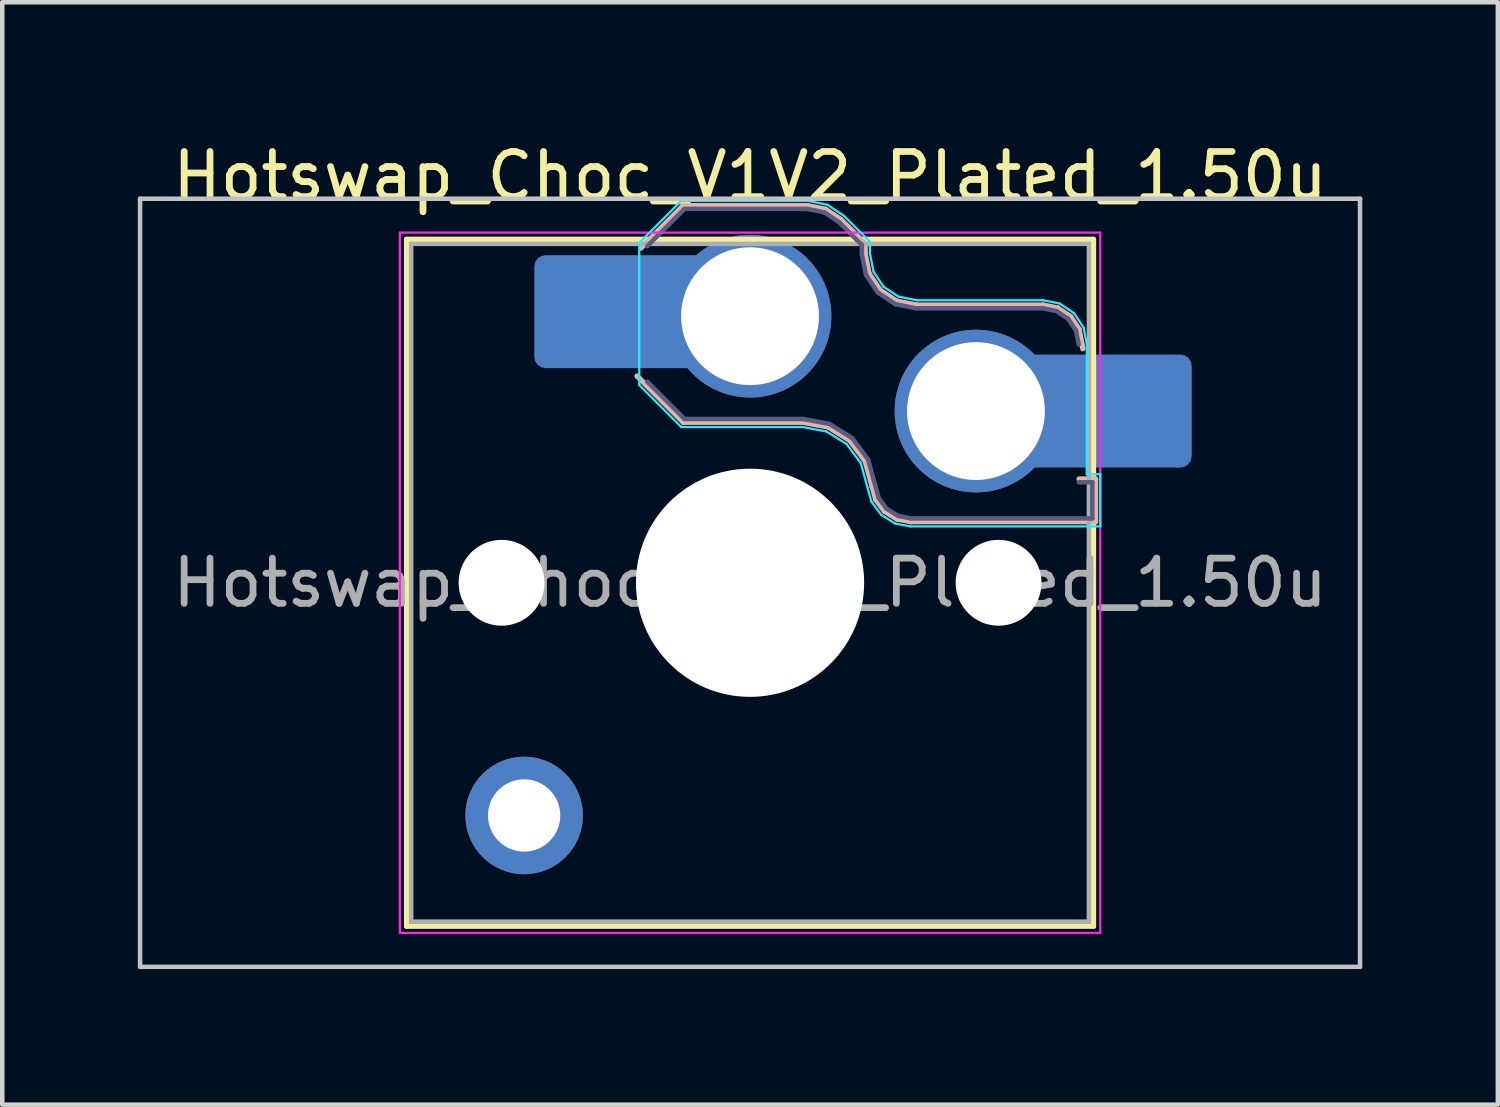
<source format=kicad_pcb>
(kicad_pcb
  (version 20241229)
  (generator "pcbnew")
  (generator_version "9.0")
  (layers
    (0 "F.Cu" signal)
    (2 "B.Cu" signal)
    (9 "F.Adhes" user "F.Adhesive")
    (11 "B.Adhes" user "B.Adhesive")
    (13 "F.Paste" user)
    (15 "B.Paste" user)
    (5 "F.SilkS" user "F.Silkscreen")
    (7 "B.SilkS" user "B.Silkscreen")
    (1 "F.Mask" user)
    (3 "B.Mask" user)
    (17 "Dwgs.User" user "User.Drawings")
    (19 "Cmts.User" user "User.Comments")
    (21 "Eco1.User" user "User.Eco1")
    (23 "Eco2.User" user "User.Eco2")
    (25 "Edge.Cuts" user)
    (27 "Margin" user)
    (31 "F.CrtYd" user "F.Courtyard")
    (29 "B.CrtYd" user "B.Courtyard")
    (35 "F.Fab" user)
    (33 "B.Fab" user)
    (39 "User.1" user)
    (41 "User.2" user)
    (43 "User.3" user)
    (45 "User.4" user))
  (footprint "Hotswap_Choc_V1V2_Plated_1.50u"
    (layer "F.Cu")
    (at 13.55 9.848)
    (property "Reference" "Hotswap_Choc_V1V2_Plated_1.50u" (at 0 -9 0) (layer "F.SilkS") (effects (font (size 1 1) (thickness 0.15))))
    (attr smd)
    (fp_line (start -7.6 -7.6) (end -7.6 7.6) (stroke (width 0.12) (type solid)) (layer "F.SilkS"))
    (fp_line (start -7.6 7.6) (end 7.6 7.6) (stroke (width 0.12) (type solid)) (layer "F.SilkS"))
    (fp_line (start 7.6 -7.6) (end -7.6 -7.6) (stroke (width 0.12) (type solid)) (layer "F.SilkS"))
    (fp_line (start 7.6 7.6) (end 7.6 -7.6) (stroke (width 0.12) (type solid)) (layer "F.SilkS"))
    (fp_line (start -2.416 -7.409) (end -1.479 -8.346) (stroke (width 0.12) (type solid)) (layer "B.SilkS"))
    (fp_line (start -1.479 -8.346) (end 1.268 -8.346) (stroke (width 0.12) (type solid)) (layer "B.SilkS"))
    (fp_line (start -1.479 -3.554) (end -2.5 -4.575) (stroke (width 0.12) (type solid)) (layer "B.SilkS"))
    (fp_line (start 1.168 -3.554) (end -1.479 -3.554) (stroke (width 0.12) (type solid)) (layer "B.SilkS"))
    (fp_line (start 1.268 -8.346) (end 1.671 -8.266) (stroke (width 0.12) (type solid)) (layer "B.SilkS"))
    (fp_line (start 1.671 -8.266) (end 2.013 -8.037) (stroke (width 0.12) (type solid)) (layer "B.SilkS"))
    (fp_line (start 1.73 -3.449) (end 1.168 -3.554) (stroke (width 0.12) (type solid)) (layer "B.SilkS"))
    (fp_line (start 2.013 -8.037) (end 2.546 -7.504) (stroke (width 0.12) (type solid)) (layer "B.SilkS"))
    (fp_line (start 2.209 -3.15) (end 1.73 -3.449) (stroke (width 0.12) (type solid)) (layer "B.SilkS"))
    (fp_line (start 2.546 -7.504) (end 2.546 -7.282) (stroke (width 0.12) (type solid)) (layer "B.SilkS"))
    (fp_line (start 2.546 -7.282) (end 2.633 -6.844) (stroke (width 0.12) (type solid)) (layer "B.SilkS"))
    (fp_line (start 2.547 -2.697) (end 2.209 -3.15) (stroke (width 0.12) (type solid)) (layer "B.SilkS"))
    (fp_line (start 2.633 -6.844) (end 2.877 -6.477) (stroke (width 0.12) (type solid)) (layer "B.SilkS"))
    (fp_line (start 2.701 -2.139) (end 2.547 -2.697) (stroke (width 0.12) (type solid)) (layer "B.SilkS"))
    (fp_line (start 2.783 -1.841) (end 2.701 -2.139) (stroke (width 0.12) (type solid)) (layer "B.SilkS"))
    (fp_line (start 2.877 -6.477) (end 3.244 -6.233) (stroke (width 0.12) (type solid)) (layer "B.SilkS"))
    (fp_line (start 2.976 -1.583) (end 2.783 -1.841) (stroke (width 0.12) (type solid)) (layer "B.SilkS"))
    (fp_line (start 3.244 -6.233) (end 3.682 -6.146) (stroke (width 0.12) (type solid)) (layer "B.SilkS"))
    (fp_line (start 3.25 -1.413) (end 2.976 -1.583) (stroke (width 0.12) (type solid)) (layer "B.SilkS"))
    (fp_line (start 3.56 -1.354) (end 3.25 -1.413) (stroke (width 0.12) (type solid)) (layer "B.SilkS"))
    (fp_line (start 3.682 -6.146) (end 6.482 -6.146) (stroke (width 0.12) (type solid)) (layer "B.SilkS"))
    (fp_line (start 6.482 -6.146) (end 6.809 -6.081) (stroke (width 0.12) (type solid)) (layer "B.SilkS"))
    (fp_line (start 6.809 -6.081) (end 7.092 -5.892) (stroke (width 0.12) (type solid)) (layer "B.SilkS"))
    (fp_line (start 7.092 -5.892) (end 7.281 -5.609) (stroke (width 0.12) (type solid)) (layer "B.SilkS"))
    (fp_line (start 7.281 -5.609) (end 7.366 -5.182) (stroke (width 0.12) (type solid)) (layer "B.SilkS"))
    (fp_line (start 7.283 -2.296) (end 7.646 -2.296) (stroke (width 0.12) (type solid)) (layer "B.SilkS"))
    (fp_line (start 7.646 -2.296) (end 7.646 -1.354) (stroke (width 0.12) (type solid)) (layer "B.SilkS"))
    (fp_line (start 7.646 -1.354) (end 3.56 -1.354) (stroke (width 0.12) (type solid)) (layer "B.SilkS"))
    (fp_line (start -13.5 -8.5) (end -13.5 8.5) (stroke (width 0.1) (type solid)) (layer "Dwgs.User"))
    (fp_line (start -13.5 8.5) (end 13.5 8.5) (stroke (width 0.1) (type solid)) (layer "Dwgs.User"))
    (fp_line (start 13.5 -8.5) (end -13.5 -8.5) (stroke (width 0.1) (type solid)) (layer "Dwgs.User"))
    (fp_line (start 13.5 8.5) (end 13.5 -8.5) (stroke (width 0.1) (type solid)) (layer "Dwgs.User"))
    (fp_line (start -7.25 -7.25) (end -7.25 7.25) (stroke (width 0.1) (type solid)) (layer "Eco1.User"))
    (fp_line (start -7.25 7.25) (end 7.25 7.25) (stroke (width 0.1) (type solid)) (layer "Eco1.User"))
    (fp_line (start 7.25 -7.25) (end -7.25 -7.25) (stroke (width 0.1) (type solid)) (layer "Eco1.User"))
    (fp_line (start 7.25 7.25) (end 7.25 -7.25) (stroke (width 0.1) (type solid)) (layer "Eco1.User"))
    (fp_line (start -2.452 -7.523) (end -1.523 -8.452) (stroke (width 0.05) (type solid)) (layer "B.CrtYd"))
    (fp_line (start -2.452 -4.377) (end -2.452 -7.523) (stroke (width 0.05) (type solid)) (layer "B.CrtYd"))
    (fp_line (start -1.523 -8.452) (end 1.278 -8.452) (stroke (width 0.05) (type solid)) (layer "B.CrtYd"))
    (fp_line (start -1.523 -3.448) (end -2.452 -4.377) (stroke (width 0.05) (type solid)) (layer "B.CrtYd"))
    (fp_line (start 1.159 -3.448) (end -1.523 -3.448) (stroke (width 0.05) (type solid)) (layer "B.CrtYd"))
    (fp_line (start 1.278 -8.452) (end 1.712 -8.366) (stroke (width 0.05) (type solid)) (layer "B.CrtYd"))
    (fp_line (start 1.691 -3.348) (end 1.159 -3.448) (stroke (width 0.05) (type solid)) (layer "B.CrtYd"))
    (fp_line (start 1.712 -8.366) (end 2.081 -8.119) (stroke (width 0.05) (type solid)) (layer "B.CrtYd"))
    (fp_line (start 2.081 -8.119) (end 2.652 -7.548) (stroke (width 0.05) (type solid)) (layer "B.CrtYd"))
    (fp_line (start 2.136 -3.071) (end 1.691 -3.348) (stroke (width 0.05) (type solid)) (layer "B.CrtYd"))
    (fp_line (start 2.45 -2.65) (end 2.136 -3.071) (stroke (width 0.05) (type solid)) (layer "B.CrtYd"))
    (fp_line (start 2.599 -2.111) (end 2.45 -2.65) (stroke (width 0.05) (type solid)) (layer "B.CrtYd"))
    (fp_line (start 2.652 -7.548) (end 2.652 -7.292) (stroke (width 0.05) (type solid)) (layer "B.CrtYd"))
    (fp_line (start 2.652 -7.292) (end 2.733 -6.885) (stroke (width 0.05) (type solid)) (layer "B.CrtYd"))
    (fp_line (start 2.687 -1.794) (end 2.599 -2.111) (stroke (width 0.05) (type solid)) (layer "B.CrtYd"))
    (fp_line (start 2.733 -6.885) (end 2.953 -6.553) (stroke (width 0.05) (type solid)) (layer "B.CrtYd"))
    (fp_line (start 2.903 -1.503) (end 2.687 -1.794) (stroke (width 0.05) (type solid)) (layer "B.CrtYd"))
    (fp_line (start 2.953 -6.553) (end 3.285 -6.333) (stroke (width 0.05) (type solid)) (layer "B.CrtYd"))
    (fp_line (start 3.211 -1.312) (end 2.903 -1.503) (stroke (width 0.05) (type solid)) (layer "B.CrtYd"))
    (fp_line (start 3.285 -6.333) (end 3.692 -6.252) (stroke (width 0.05) (type solid)) (layer "B.CrtYd"))
    (fp_line (start 3.55 -1.248) (end 3.211 -1.312) (stroke (width 0.05) (type solid)) (layer "B.CrtYd"))
    (fp_line (start 3.692 -6.252) (end 6.492 -6.252) (stroke (width 0.05) (type solid)) (layer "B.CrtYd"))
    (fp_line (start 6.492 -6.252) (end 6.85 -6.181) (stroke (width 0.05) (type solid)) (layer "B.CrtYd"))
    (fp_line (start 6.85 -6.181) (end 7.168 -5.968) (stroke (width 0.05) (type solid)) (layer "B.CrtYd"))
    (fp_line (start 7.168 -5.968) (end 7.381 -5.65) (stroke (width 0.05) (type solid)) (layer "B.CrtYd"))
    (fp_line (start 7.381 -5.65) (end 7.452 -5.292) (stroke (width 0.05) (type solid)) (layer "B.CrtYd"))
    (fp_line (start 7.452 -5.292) (end 7.452 -2.402) (stroke (width 0.05) (type solid)) (layer "B.CrtYd"))
    (fp_line (start 7.452 -2.402) (end 7.752 -2.402) (stroke (width 0.05) (type solid)) (layer "B.CrtYd"))
    (fp_line (start 7.752 -2.402) (end 7.752 -1.248) (stroke (width 0.05) (type solid)) (layer "B.CrtYd"))
    (fp_line (start 7.752 -1.248) (end 3.55 -1.248) (stroke (width 0.05) (type solid)) (layer "B.CrtYd"))
    (fp_line (start -7.75 -7.75) (end -7.75 7.75) (stroke (width 0.05) (type solid)) (layer "F.CrtYd"))
    (fp_line (start -7.75 7.75) (end 7.75 7.75) (stroke (width 0.05) (type solid)) (layer "F.CrtYd"))
    (fp_line (start 7.75 -7.75) (end -7.75 -7.75) (stroke (width 0.05) (type solid)) (layer "F.CrtYd"))
    (fp_line (start 7.75 7.75) (end 7.75 -7.75) (stroke (width 0.05) (type solid)) (layer "F.CrtYd"))
    (fp_line (start -2.275 -7.45) (end -1.45 -8.275) (stroke (width 0.1) (type solid)) (layer "B.Fab"))
    (fp_line (start -1.45 -8.275) (end 1.261 -8.275) (stroke (width 0.1) (type solid)) (layer "B.Fab"))
    (fp_line (start -1.45 -3.625) (end -2.275 -4.45) (stroke (width 0.1) (type solid)) (layer "B.Fab"))
    (fp_line (start 1.175 -3.625) (end -1.45 -3.625) (stroke (width 0.1) (type solid)) (layer "B.Fab"))
    (fp_line (start 1.261 -8.275) (end 1.643 -8.199) (stroke (width 0.1) (type solid)) (layer "B.Fab"))
    (fp_line (start 1.643 -8.199) (end 1.968 -7.982) (stroke (width 0.1) (type solid)) (layer "B.Fab"))
    (fp_line (start 1.756 -3.516) (end 1.175 -3.625) (stroke (width 0.1) (type solid)) (layer "B.Fab"))
    (fp_line (start 1.968 -7.982) (end 2.475 -7.475) (stroke (width 0.1) (type solid)) (layer "B.Fab"))
    (fp_line (start 2.258 -3.203) (end 1.756 -3.516) (stroke (width 0.1) (type solid)) (layer "B.Fab"))
    (fp_line (start 2.475 -7.475) (end 2.475 -7.275) (stroke (width 0.1) (type solid)) (layer "B.Fab"))
    (fp_line (start 2.475 -7.275) (end 2.566 -6.816) (stroke (width 0.1) (type solid)) (layer "B.Fab"))
    (fp_line (start 2.566 -6.816) (end 2.826 -6.426) (stroke (width 0.1) (type solid)) (layer "B.Fab"))
    (fp_line (start 2.612 -2.729) (end 2.258 -3.203) (stroke (width 0.1) (type solid)) (layer "B.Fab"))
    (fp_line (start 2.769 -2.158) (end 2.612 -2.729) (stroke (width 0.1) (type solid)) (layer "B.Fab"))
    (fp_line (start 2.826 -6.426) (end 3.216 -6.166) (stroke (width 0.1) (type solid)) (layer "B.Fab"))
    (fp_line (start 2.848 -1.873) (end 2.769 -2.158) (stroke (width 0.1) (type solid)) (layer "B.Fab"))
    (fp_line (start 3.025 -1.636) (end 2.848 -1.873) (stroke (width 0.1) (type solid)) (layer "B.Fab"))
    (fp_line (start 3.216 -6.166) (end 3.675 -6.075) (stroke (width 0.1) (type solid)) (layer "B.Fab"))
    (fp_line (start 3.276 -1.48) (end 3.025 -1.636) (stroke (width 0.1) (type solid)) (layer "B.Fab"))
    (fp_line (start 3.567 -1.425) (end 3.276 -1.48) (stroke (width 0.1) (type solid)) (layer "B.Fab"))
    (fp_line (start 3.675 -6.075) (end 6.475 -6.075) (stroke (width 0.1) (type solid)) (layer "B.Fab"))
    (fp_line (start 6.475 -6.075) (end 6.781 -6.014) (stroke (width 0.1) (type solid)) (layer "B.Fab"))
    (fp_line (start 6.781 -6.014) (end 7.041 -5.841) (stroke (width 0.1) (type solid)) (layer "B.Fab"))
    (fp_line (start 7.041 -5.841) (end 7.214 -5.581) (stroke (width 0.1) (type solid)) (layer "B.Fab"))
    (fp_line (start 7.214 -5.581) (end 7.275 -5.275) (stroke (width 0.1) (type solid)) (layer "B.Fab"))
    (fp_line (start 7.275 -2.225) (end 7.575 -2.225) (stroke (width 0.1) (type solid)) (layer "B.Fab"))
    (fp_line (start 7.575 -2.225) (end 7.575 -1.425) (stroke (width 0.1) (type solid)) (layer "B.Fab"))
    (fp_line (start 7.575 -1.425) (end 3.567 -1.425) (stroke (width 0.1) (type solid)) (layer "B.Fab"))
    (fp_line (start -7.5 -7.5) (end -7.5 7.5) (stroke (width 0.1) (type solid)) (layer "F.Fab"))
    (fp_line (start -7.5 7.5) (end 7.5 7.5) (stroke (width 0.1) (type solid)) (layer "F.Fab"))
    (fp_line (start 7.5 -7.5) (end -7.5 -7.5) (stroke (width 0.1) (type solid)) (layer "F.Fab"))
    (fp_line (start 7.5 7.5) (end 7.5 -7.5) (stroke (width 0.1) (type solid)) (layer "F.Fab"))
    (fp_text user "${REFERENCE}" (at 0 0 0) (layer "F.Fab") (effects (font (size 1 1) (thickness 0.15))))
    (pad "" np_thru_hole circle (at -5.5 0) (size 1.9 1.9) (drill 1.9) (layers "*.Cu" "*.Mask"))
    (pad "" thru_hole circle (at -5 5.15) (size 2.6 2.6) (drill 1.6) (layers "*.Cu" "*.Mask"))
    (pad "" smd roundrect (at -3.5 -6) (size 2.55 2.5) (layers "B.Mask" "B.Paste") (roundrect_rratio 0.1))
    (pad "" np_thru_hole circle (at 0 0) (size 5.05 5.05) (drill 5.05) (layers "*.Cu" "*.Mask"))
    (pad "" np_thru_hole circle (at 5.5 0) (size 1.9 1.9) (drill 1.9) (layers "*.Cu" "*.Mask"))
    (pad "" smd roundrect (at 8.5 -3.8) (size 2.55 2.5) (layers "B.Mask" "B.Paste") (roundrect_rratio 0.1))
    (pad "1" smd roundrect (at -2.85 -6) (size 3.85 2.5) (layers "B.Cu") (roundrect_rratio 0.1))
    (pad "1" thru_hole circle (at 0 -5.9) (size 3.6 3.6) (drill 3.05) (layers "*.Cu" "*.Mask"))
    (pad "2" thru_hole circle (at 5 -3.8) (size 3.6 3.6) (drill 3.05) (layers "*.Cu" "*.Mask"))
    (pad "2" smd roundrect (at 7.85 -3.8) (size 3.85 2.5) (layers "B.Cu") (roundrect_rratio 0.1)))
  (gr_rect
    (start -3 -3)
    (end 30.1 21.398)
    (stroke (width 0.1) (type default))
    (fill no)
    (layer "Edge.Cuts")))
</source>
